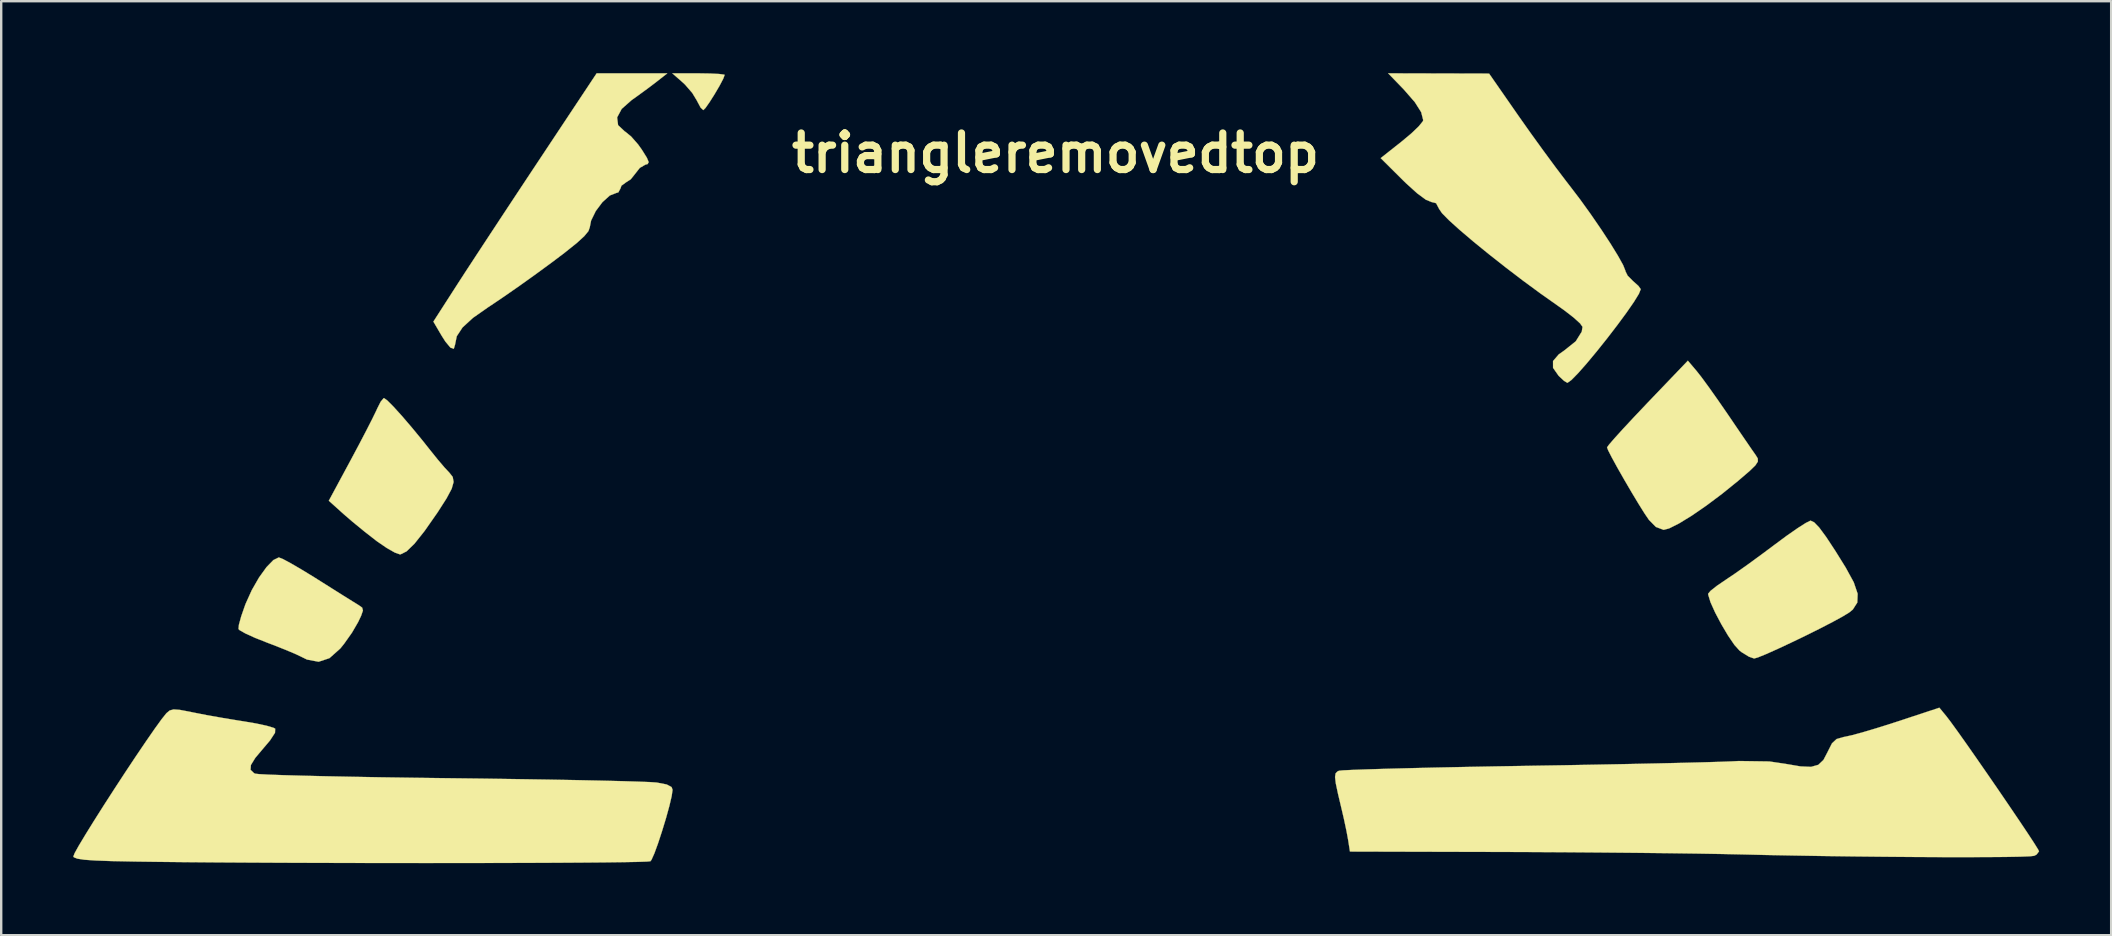
<source format=kicad_pcb>
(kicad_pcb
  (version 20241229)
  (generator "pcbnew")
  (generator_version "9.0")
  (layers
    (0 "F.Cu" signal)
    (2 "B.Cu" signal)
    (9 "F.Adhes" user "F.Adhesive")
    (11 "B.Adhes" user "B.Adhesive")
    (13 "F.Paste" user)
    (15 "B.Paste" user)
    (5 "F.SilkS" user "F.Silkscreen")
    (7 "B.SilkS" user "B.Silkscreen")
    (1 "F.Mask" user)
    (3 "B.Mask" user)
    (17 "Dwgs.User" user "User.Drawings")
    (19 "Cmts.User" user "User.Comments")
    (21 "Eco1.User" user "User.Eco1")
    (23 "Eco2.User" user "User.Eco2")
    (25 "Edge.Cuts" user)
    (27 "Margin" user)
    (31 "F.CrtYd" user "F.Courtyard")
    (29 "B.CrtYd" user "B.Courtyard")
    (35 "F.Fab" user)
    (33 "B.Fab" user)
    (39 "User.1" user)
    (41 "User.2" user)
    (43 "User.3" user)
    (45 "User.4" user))
  (footprint "triangleremovedtop"
    (layer "F.Cu")
    (at 40.924 3.324)
    (property "Reference" "triangleremovedtop" (at 0 0 0) (layer "F.SilkS") (effects (font (size 1.524 1.524) (thickness 0.3))))
    (attr through_hole)
    (fp_poly (pts (xy -14.383 -3.311) (xy -14.007 -3.292) (xy -13.804 -3.265) (xy -13.785 -3.253) (xy -13.846 -3.089) (xy -14 -2.797) (xy -14.204 -2.45) (xy -14.414 -2.118) (xy -14.586 -1.873) (xy -14.675 -1.787) (xy -14.787 -1.892) (xy -14.924 -2.148) (xy -14.934 -2.17) (xy -15.133 -2.5) (xy -15.435 -2.849) (xy -15.528 -2.936) (xy -15.964 -3.319) (xy -14.874 -3.319) (xy -14.383 -3.311)) (stroke (width 0.01) (type solid)) (fill yes) (layer "F.SilkS"))
    (fp_poly (pts (xy -27.842 10.306) (xy -27.583 10.566) (xy -27.23 10.955) (xy -26.815 11.439) (xy -26.37 11.98) (xy -26.058 12.373) (xy -25.74 12.768) (xy -25.449 13.11) (xy -25.255 13.316) (xy -25.114 13.495) (xy -25.077 13.705) (xy -25.157 13.987) (xy -25.368 14.383) (xy -25.721 14.935) (xy -25.761 14.995) (xy -26.285 15.745) (xy -26.706 16.275) (xy -27.037 16.596) (xy -27.285 16.719) (xy -27.314 16.721) (xy -27.524 16.647) (xy -27.862 16.455) (xy -28.259 16.183) (xy -28.29 16.16) (xy -28.783 15.776) (xy -29.303 15.35) (xy -29.657 15.044) (xy -30.276 14.487) (xy -29.357 12.782) (xy -29.019 12.148) (xy -28.711 11.559) (xy -28.461 11.068) (xy -28.295 10.727) (xy -28.258 10.644) (xy -28.115 10.361) (xy -27.993 10.216) (xy -27.975 10.211) (xy -27.842 10.306)) (stroke (width 0.01) (type solid)) (fill yes) (layer "F.SilkS"))
    (fp_poly (pts (xy -32.194 16.913) (xy -31.859 17.092) (xy -31.401 17.359) (xy -30.863 17.688) (xy -30.727 17.774) (xy -30.167 18.127) (xy -29.668 18.441) (xy -29.278 18.684) (xy -29.046 18.827) (xy -29.023 18.842) (xy -28.886 18.94) (xy -28.854 19.062) (xy -28.931 19.282) (xy -29.056 19.544) (xy -29.31 19.981) (xy -29.642 20.45) (xy -29.8 20.645) (xy -30.248 21.044) (xy -30.7 21.194) (xy -31.185 21.103) (xy -31.399 20.998) (xy -31.659 20.874) (xy -32.086 20.694) (xy -32.605 20.489) (xy -32.85 20.396) (xy -33.347 20.199) (xy -33.746 20.018) (xy -33.99 19.88) (xy -34.038 19.832) (xy -34.021 19.652) (xy -33.926 19.305) (xy -33.771 18.859) (xy -33.736 18.766) (xy -33.482 18.206) (xy -33.182 17.684) (xy -32.87 17.251) (xy -32.583 16.956) (xy -32.359 16.848) (xy -32.194 16.913)) (stroke (width 0.01) (type solid)) (fill yes) (layer "F.SilkS"))
    (fp_poly (pts (xy 26.706 9.081) (xy 26.918 9.351) (xy 27.23 9.777) (xy 27.601 10.302) (xy 27.993 10.869) (xy 28.023 10.913) (xy 28.395 11.461) (xy 28.732 11.954) (xy 28.998 12.342) (xy 29.16 12.574) (xy 29.173 12.592) (xy 29.255 12.727) (xy 29.259 12.853) (xy 29.156 13.012) (xy 28.918 13.243) (xy 28.516 13.589) (xy 28.439 13.655) (xy 27.773 14.194) (xy 27.115 14.687) (xy 26.501 15.11) (xy 25.969 15.435) (xy 25.559 15.64) (xy 25.332 15.699) (xy 25.012 15.58) (xy 24.721 15.285) (xy 24.539 15.017) (xy 24.288 14.616) (xy 23.997 14.132) (xy 23.696 13.617) (xy 23.413 13.121) (xy 23.18 12.696) (xy 23.024 12.392) (xy 22.975 12.265) (xy 23.059 12.147) (xy 23.294 11.876) (xy 23.651 11.482) (xy 24.105 10.995) (xy 24.626 10.445) (xy 24.658 10.411) (xy 26.342 8.652) (xy 26.706 9.081)) (stroke (width 0.01) (type solid)) (fill yes) (layer "F.SilkS"))
    (fp_poly (pts (xy 31.604 15.386) (xy 31.815 15.605) (xy 32.103 15.995) (xy 32.484 16.574) (xy 32.914 17.265) (xy 33.254 17.886) (xy 33.415 18.361) (xy 33.401 18.727) (xy 33.215 19.018) (xy 33.069 19.138) (xy 32.802 19.302) (xy 32.379 19.533) (xy 31.847 19.808) (xy 31.255 20.103) (xy 30.651 20.394) (xy 30.085 20.659) (xy 29.605 20.874) (xy 29.258 21.015) (xy 29.102 21.059) (xy 28.885 20.983) (xy 28.583 20.797) (xy 28.495 20.73) (xy 28.282 20.494) (xy 28.017 20.105) (xy 27.737 19.632) (xy 27.48 19.146) (xy 27.285 18.714) (xy 27.191 18.406) (xy 27.187 18.36) (xy 27.287 18.24) (xy 27.548 18.033) (xy 27.911 17.786) (xy 28.303 17.522) (xy 28.827 17.152) (xy 29.411 16.726) (xy 29.955 16.32) (xy 30.464 15.943) (xy 30.912 15.631) (xy 31.254 15.413) (xy 31.446 15.318) (xy 31.458 15.317) (xy 31.604 15.386)) (stroke (width 0.01) (type solid)) (fill yes) (layer "F.SilkS"))
    (fp_poly (pts (xy -16.622 -2.968) (xy -16.999 -2.682) (xy -17.449 -2.354) (xy -17.661 -2.204) (xy -18.075 -1.837) (xy -18.265 -1.481) (xy -18.225 -1.161) (xy -17.951 -0.903) (xy -17.935 -0.894) (xy -17.683 -0.69) (xy -17.39 -0.356) (xy -17.235 -0.139) (xy -17.025 0.198) (xy -16.949 0.38) (xy -16.995 0.461) (xy -17.088 0.485) (xy -17.32 0.62) (xy -17.489 0.834) (xy -17.696 1.095) (xy -17.89 1.219) (xy -18.086 1.363) (xy -18.125 1.476) (xy -18.214 1.641) (xy -18.284 1.659) (xy -18.566 1.768) (xy -18.875 2.045) (xy -19.155 2.418) (xy -19.349 2.815) (xy -19.404 3.093) (xy -19.459 3.252) (xy -19.635 3.466) (xy -19.958 3.76) (xy -20.451 4.154) (xy -20.975 4.55) (xy -21.634 5.033) (xy -22.33 5.531) (xy -22.989 5.989) (xy -23.534 6.357) (xy -23.624 6.415) (xy -24.273 6.87) (xy -24.705 7.267) (xy -24.945 7.632) (xy -25.017 7.983) (xy -25.068 8.156) (xy -25.209 8.108) (xy -25.424 7.849) (xy -25.584 7.596) (xy -25.919 7.024) (xy -24.926 5.48) (xy -24.606 4.986) (xy -24.171 4.32) (xy -23.647 3.522) (xy -23.062 2.633) (xy -22.441 1.692) (xy -21.811 0.74) (xy -21.525 0.309) (xy -19.118 -3.319) (xy -16.175 -3.319) (xy -16.622 -2.968)) (stroke (width 0.01) (type solid)) (fill yes) (layer "F.SilkS"))
    (fp_poly (pts (xy 18.061 -3.309) (xy 19.273 -1.565) (xy 19.772 -0.858) (xy 20.31 -0.113) (xy 20.834 0.598) (xy 21.289 1.198) (xy 21.421 1.368) (xy 21.857 1.94) (xy 22.301 2.557) (xy 22.728 3.179) (xy 23.112 3.765) (xy 23.426 4.275) (xy 23.644 4.667) (xy 23.739 4.903) (xy 23.741 4.924) (xy 23.833 5.111) (xy 24.055 5.334) (xy 24.06 5.338) (xy 24.282 5.537) (xy 24.379 5.672) (xy 24.379 5.675) (xy 24.302 5.867) (xy 24.093 6.207) (xy 23.781 6.657) (xy 23.398 7.176) (xy 22.975 7.727) (xy 22.542 8.269) (xy 22.13 8.764) (xy 21.77 9.172) (xy 21.493 9.455) (xy 21.329 9.572) (xy 21.319 9.573) (xy 21.18 9.489) (xy 20.963 9.286) (xy 20.955 9.277) (xy 20.726 8.95) (xy 20.725 8.667) (xy 20.962 8.391) (xy 21.182 8.236) (xy 21.672 7.844) (xy 21.922 7.443) (xy 21.954 7.243) (xy 21.854 7.1) (xy 21.586 6.857) (xy 21.195 6.554) (xy 20.901 6.345) (xy 20.206 5.855) (xy 19.478 5.32) (xy 18.748 4.763) (xy 18.045 4.209) (xy 17.399 3.683) (xy 16.839 3.207) (xy 16.396 2.807) (xy 16.1 2.507) (xy 15.979 2.331) (xy 15.978 2.327) (xy 15.853 2.091) (xy 15.662 2.042) (xy 15.428 1.947) (xy 15.062 1.677) (xy 14.594 1.253) (xy 14.466 1.128) (xy 13.545 0.213) (xy 14.431 -0.488) (xy 14.828 -0.821) (xy 15.133 -1.114) (xy 15.299 -1.319) (xy 15.317 -1.369) (xy 15.232 -1.702) (xy 14.966 -2.121) (xy 14.504 -2.651) (xy 14.445 -2.712) (xy 13.858 -3.319) (xy 18.061 -3.309)) (stroke (width 0.01) (type solid)) (fill yes) (layer "F.SilkS"))
    (fp_poly (pts (xy 37.106 23.457) (xy 37.288 23.695) (xy 37.573 24.088) (xy 37.938 24.602) (xy 38.358 25.203) (xy 38.812 25.857) (xy 39.276 26.531) (xy 39.726 27.191) (xy 40.14 27.802) (xy 40.495 28.332) (xy 40.766 28.746) (xy 40.931 29.011) (xy 40.972 29.091) (xy 40.87 29.226) (xy 40.77 29.279) (xy 40.589 29.299) (xy 40.179 29.315) (xy 39.569 29.326) (xy 38.785 29.332) (xy 37.855 29.334) (xy 36.806 29.333) (xy 35.664 29.327) (xy 34.457 29.317) (xy 33.213 29.304) (xy 31.958 29.287) (xy 30.72 29.266) (xy 29.526 29.243) (xy 28.655 29.222) (xy 27.803 29.204) (xy 26.74 29.186) (xy 25.51 29.169) (xy 24.159 29.154) (xy 22.73 29.141) (xy 21.267 29.13) (xy 19.816 29.122) (xy 18.737 29.118) (xy 12.265 29.102) (xy 12.19 28.623) (xy 12.119 28.239) (xy 12.011 27.731) (xy 11.914 27.315) (xy 11.765 26.686) (xy 11.675 26.261) (xy 11.644 25.996) (xy 11.667 25.845) (xy 11.741 25.767) (xy 11.808 25.736) (xy 11.971 25.719) (xy 12.367 25.7) (xy 12.973 25.678) (xy 13.765 25.654) (xy 14.722 25.629) (xy 15.82 25.603) (xy 17.037 25.578) (xy 18.35 25.553) (xy 19.736 25.53) (xy 19.765 25.529) (xy 21.179 25.506) (xy 22.542 25.481) (xy 23.827 25.456) (xy 25.009 25.431) (xy 26.063 25.407) (xy 26.962 25.384) (xy 27.681 25.363) (xy 28.194 25.344) (xy 28.463 25.33) (xy 29.734 25.348) (xy 30.397 25.446) (xy 31.032 25.554) (xy 31.475 25.573) (xy 31.777 25.488) (xy 31.99 25.286) (xy 32.166 24.95) (xy 32.169 24.942) (xy 32.346 24.593) (xy 32.539 24.413) (xy 32.838 24.328) (xy 32.891 24.319) (xy 33.191 24.252) (xy 33.671 24.12) (xy 34.272 23.94) (xy 34.933 23.731) (xy 35.098 23.677) (xy 36.819 23.109) (xy 37.106 23.457)) (stroke (width 0.01) (type solid)) (fill yes) (layer "F.SilkS"))
    (fp_poly (pts (xy -36.477 23.2) (xy -36.048 23.281) (xy -35.931 23.306) (xy -35.376 23.415) (xy -34.693 23.536) (xy -34.008 23.649) (xy -33.838 23.675) (xy -33.304 23.766) (xy -32.862 23.861) (xy -32.577 23.946) (xy -32.51 23.982) (xy -32.517 24.153) (xy -32.727 24.475) (xy -32.976 24.768) (xy -33.339 25.199) (xy -33.522 25.497) (xy -33.536 25.697) (xy -33.393 25.833) (xy -33.345 25.857) (xy -33.181 25.876) (xy -32.784 25.897) (xy -32.177 25.919) (xy -31.382 25.941) (xy -30.422 25.964) (xy -29.319 25.986) (xy -28.095 26.008) (xy -26.774 26.027) (xy -25.378 26.045) (xy -25.197 26.047) (xy -23.777 26.064) (xy -22.418 26.084) (xy -21.143 26.104) (xy -19.977 26.125) (xy -18.944 26.147) (xy -18.068 26.168) (xy -17.372 26.189) (xy -16.883 26.208) (xy -16.622 26.226) (xy -16.613 26.227) (xy -16.199 26.307) (xy -15.996 26.415) (xy -15.955 26.529) (xy -15.992 26.79) (xy -16.089 27.204) (xy -16.229 27.712) (xy -16.393 28.25) (xy -16.56 28.759) (xy -16.713 29.178) (xy -16.832 29.444) (xy -16.878 29.505) (xy -17.025 29.519) (xy -17.405 29.532) (xy -17.997 29.543) (xy -18.779 29.553) (xy -19.728 29.561) (xy -20.823 29.568) (xy -22.042 29.573) (xy -23.363 29.577) (xy -24.764 29.579) (xy -26.223 29.58) (xy -27.718 29.579) (xy -29.228 29.577) (xy -30.731 29.573) (xy -32.203 29.568) (xy -33.625 29.561) (xy -34.973 29.553) (xy -36.227 29.543) (xy -37.363 29.531) (xy -38.36 29.518) (xy -38.456 29.516) (xy -39.343 29.498) (xy -40.003 29.474) (xy -40.463 29.442) (xy -40.75 29.398) (xy -40.894 29.342) (xy -40.919 29.31) (xy -40.866 29.171) (xy -40.691 28.856) (xy -40.415 28.396) (xy -40.062 27.827) (xy -39.653 27.181) (xy -39.209 26.493) (xy -38.753 25.795) (xy -38.306 25.122) (xy -37.89 24.508) (xy -37.528 23.985) (xy -37.241 23.588) (xy -37.051 23.35) (xy -37.035 23.333) (xy -36.903 23.224) (xy -36.74 23.18) (xy -36.477 23.2)) (stroke (width 0.01) (type solid)) (fill yes) (layer "F.SilkS")))
  (gr_rect
    (start -3 -3)
    (end 84.901 35.909)
    (stroke (width 0.1) (type default))
    (fill no)
    (layer "Edge.Cuts")))
</source>
